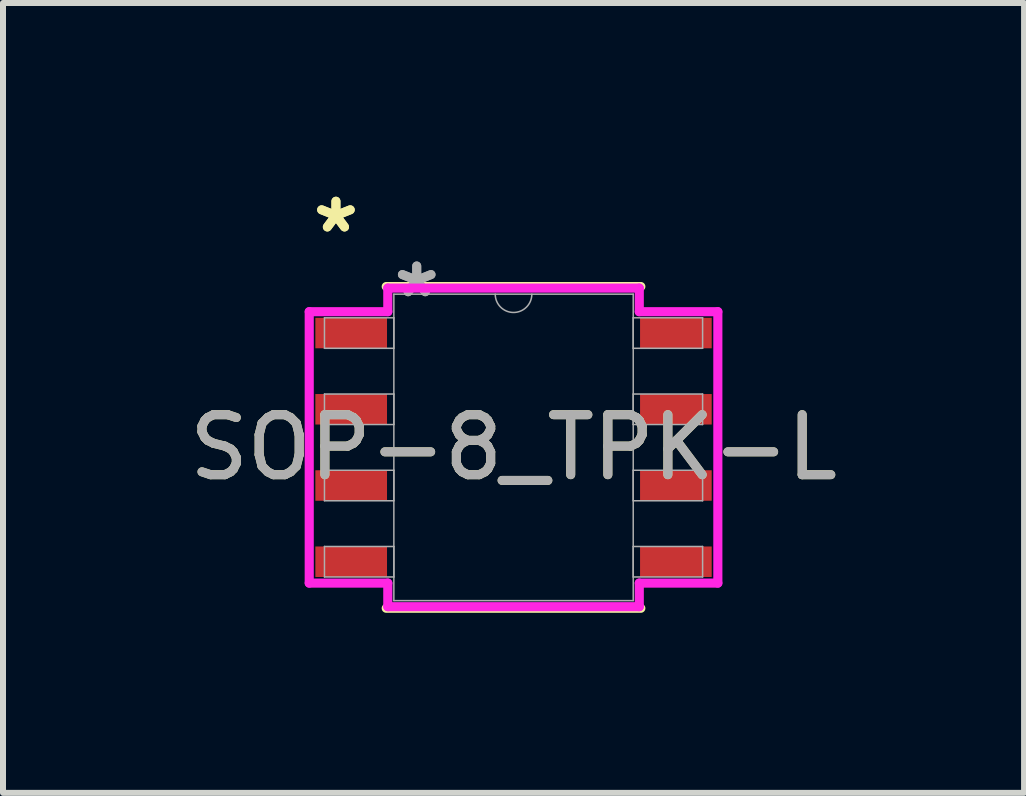
<source format=kicad_pcb>
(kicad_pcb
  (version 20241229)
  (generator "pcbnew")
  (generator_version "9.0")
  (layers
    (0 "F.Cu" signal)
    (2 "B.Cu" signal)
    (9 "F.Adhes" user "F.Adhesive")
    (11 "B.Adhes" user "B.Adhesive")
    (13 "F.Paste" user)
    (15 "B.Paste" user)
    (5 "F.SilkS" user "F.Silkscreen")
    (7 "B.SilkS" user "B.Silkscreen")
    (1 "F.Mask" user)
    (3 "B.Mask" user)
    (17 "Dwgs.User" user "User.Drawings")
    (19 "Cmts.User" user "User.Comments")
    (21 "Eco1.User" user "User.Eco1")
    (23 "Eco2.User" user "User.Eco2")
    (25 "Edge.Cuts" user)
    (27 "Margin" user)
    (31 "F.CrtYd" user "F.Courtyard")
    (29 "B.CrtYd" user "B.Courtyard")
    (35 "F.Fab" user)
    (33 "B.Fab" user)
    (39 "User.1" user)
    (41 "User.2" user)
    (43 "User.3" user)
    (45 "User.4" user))
  (footprint "SOP-8_TPK-L"
    (layer "F.Cu")
    (at 5.506 4.404)
    (property "Reference" "SOP-8_TPK-L" (at 0 0 0) (unlocked yes) (layer "F.SilkS") (effects (font (size 1 1) (thickness 0.15))))
    (attr smd)
    (fp_line (start -2.121 2.68) (end 2.121 2.68) (stroke (width 0.152) (type solid)) (layer "F.SilkS"))
    (fp_line (start 2.121 -2.68) (end -2.121 -2.68) (stroke (width 0.152) (type solid)) (layer "F.SilkS"))
    (fp_line (start -3.404 -2.261) (end -2.095 -2.261) (stroke (width 0.152) (type solid)) (layer "F.CrtYd"))
    (fp_line (start -3.404 2.261) (end -3.404 -2.261) (stroke (width 0.152) (type solid)) (layer "F.CrtYd"))
    (fp_line (start -3.404 2.261) (end -2.095 2.261) (stroke (width 0.152) (type solid)) (layer "F.CrtYd"))
    (fp_line (start -2.095 -2.654) (end 2.095 -2.654) (stroke (width 0.152) (type solid)) (layer "F.CrtYd"))
    (fp_line (start -2.095 -2.261) (end -2.095 -2.654) (stroke (width 0.152) (type solid)) (layer "F.CrtYd"))
    (fp_line (start -2.095 2.654) (end -2.095 2.261) (stroke (width 0.152) (type solid)) (layer "F.CrtYd"))
    (fp_line (start 2.095 -2.654) (end 2.095 -2.261) (stroke (width 0.152) (type solid)) (layer "F.CrtYd"))
    (fp_line (start 2.095 2.261) (end 2.095 2.654) (stroke (width 0.152) (type solid)) (layer "F.CrtYd"))
    (fp_line (start 2.095 2.654) (end -2.095 2.654) (stroke (width 0.152) (type solid)) (layer "F.CrtYd"))
    (fp_line (start 3.404 -2.261) (end 2.095 -2.261) (stroke (width 0.152) (type solid)) (layer "F.CrtYd"))
    (fp_line (start 3.404 -2.261) (end 3.404 2.261) (stroke (width 0.152) (type solid)) (layer "F.CrtYd"))
    (fp_line (start 3.404 2.261) (end 2.095 2.261) (stroke (width 0.152) (type solid)) (layer "F.CrtYd"))
    (fp_line (start -3.15 -2.159) (end -3.15 -1.651) (stroke (width 0.025) (type solid)) (layer "F.Fab"))
    (fp_line (start -3.15 -1.651) (end -1.994 -1.651) (stroke (width 0.025) (type solid)) (layer "F.Fab"))
    (fp_line (start -3.15 -0.889) (end -3.15 -0.381) (stroke (width 0.025) (type solid)) (layer "F.Fab"))
    (fp_line (start -3.15 -0.381) (end -1.994 -0.381) (stroke (width 0.025) (type solid)) (layer "F.Fab"))
    (fp_line (start -3.15 0.381) (end -3.15 0.889) (stroke (width 0.025) (type solid)) (layer "F.Fab"))
    (fp_line (start -3.15 0.889) (end -1.994 0.889) (stroke (width 0.025) (type solid)) (layer "F.Fab"))
    (fp_line (start -3.15 1.651) (end -3.15 2.159) (stroke (width 0.025) (type solid)) (layer "F.Fab"))
    (fp_line (start -3.15 2.159) (end -1.994 2.159) (stroke (width 0.025) (type solid)) (layer "F.Fab"))
    (fp_line (start -1.994 -2.553) (end -1.994 2.553) (stroke (width 0.025) (type solid)) (layer "F.Fab"))
    (fp_line (start -1.994 -2.159) (end -3.15 -2.159) (stroke (width 0.025) (type solid)) (layer "F.Fab"))
    (fp_line (start -1.994 -1.651) (end -1.994 -2.159) (stroke (width 0.025) (type solid)) (layer "F.Fab"))
    (fp_line (start -1.994 -0.889) (end -3.15 -0.889) (stroke (width 0.025) (type solid)) (layer "F.Fab"))
    (fp_line (start -1.994 -0.381) (end -1.994 -0.889) (stroke (width 0.025) (type solid)) (layer "F.Fab"))
    (fp_line (start -1.994 0.381) (end -3.15 0.381) (stroke (width 0.025) (type solid)) (layer "F.Fab"))
    (fp_line (start -1.994 0.889) (end -1.994 0.381) (stroke (width 0.025) (type solid)) (layer "F.Fab"))
    (fp_line (start -1.994 1.651) (end -3.15 1.651) (stroke (width 0.025) (type solid)) (layer "F.Fab"))
    (fp_line (start -1.994 2.159) (end -1.994 1.651) (stroke (width 0.025) (type solid)) (layer "F.Fab"))
    (fp_line (start -1.994 2.553) (end 1.994 2.553) (stroke (width 0.025) (type solid)) (layer "F.Fab"))
    (fp_line (start 1.994 -2.553) (end -1.994 -2.553) (stroke (width 0.025) (type solid)) (layer "F.Fab"))
    (fp_line (start 1.994 -2.159) (end 1.994 -1.651) (stroke (width 0.025) (type solid)) (layer "F.Fab"))
    (fp_line (start 1.994 -1.651) (end 3.15 -1.651) (stroke (width 0.025) (type solid)) (layer "F.Fab"))
    (fp_line (start 1.994 -0.889) (end 1.994 -0.381) (stroke (width 0.025) (type solid)) (layer "F.Fab"))
    (fp_line (start 1.994 -0.381) (end 3.15 -0.381) (stroke (width 0.025) (type solid)) (layer "F.Fab"))
    (fp_line (start 1.994 0.381) (end 1.994 0.889) (stroke (width 0.025) (type solid)) (layer "F.Fab"))
    (fp_line (start 1.994 0.889) (end 3.15 0.889) (stroke (width 0.025) (type solid)) (layer "F.Fab"))
    (fp_line (start 1.994 1.651) (end 1.994 2.159) (stroke (width 0.025) (type solid)) (layer "F.Fab"))
    (fp_line (start 1.994 2.159) (end 3.15 2.159) (stroke (width 0.025) (type solid)) (layer "F.Fab"))
    (fp_line (start 1.994 2.553) (end 1.994 -2.553) (stroke (width 0.025) (type solid)) (layer "F.Fab"))
    (fp_line (start 3.15 -2.159) (end 1.994 -2.159) (stroke (width 0.025) (type solid)) (layer "F.Fab"))
    (fp_line (start 3.15 -1.651) (end 3.15 -2.159) (stroke (width 0.025) (type solid)) (layer "F.Fab"))
    (fp_line (start 3.15 -0.889) (end 1.994 -0.889) (stroke (width 0.025) (type solid)) (layer "F.Fab"))
    (fp_line (start 3.15 -0.381) (end 3.15 -0.889) (stroke (width 0.025) (type solid)) (layer "F.Fab"))
    (fp_line (start 3.15 0.381) (end 1.994 0.381) (stroke (width 0.025) (type solid)) (layer "F.Fab"))
    (fp_line (start 3.15 0.889) (end 3.15 0.381) (stroke (width 0.025) (type solid)) (layer "F.Fab"))
    (fp_line (start 3.15 1.651) (end 1.994 1.651) (stroke (width 0.025) (type solid)) (layer "F.Fab"))
    (fp_line (start 3.15 2.159) (end 3.15 1.651) (stroke (width 0.025) (type solid)) (layer "F.Fab"))
    (fp_arc (start 0.3048 -2.5527) (mid 0 -2.2479) (end -0.3048 -2.5527) (stroke (width 0.0254) (type solid)) (layer "F.Fab"))
    (fp_text user "*" (at -2.959 -3.556 0) (unlocked yes) (layer "F.SilkS") (effects (font (size 1 1) (thickness 0.15))))
    (fp_text user "*" (at -2.959 -3.556 0) (layer "F.SilkS") (effects (font (size 1 1) (thickness 0.15))))
    (fp_text user "*" (at -1.613 -2.477 0) (unlocked yes) (layer "F.Fab") (effects (font (size 1 1) (thickness 0.15))))
    (fp_text user "${REFERENCE}" (at 0 0 0) (unlocked yes) (layer "F.Fab") (effects (font (size 1 1) (thickness 0.15))))
    (fp_text user "*" (at -1.613 -2.477 0) (layer "F.Fab") (effects (font (size 1 1) (thickness 0.15))))
    (pad "1" smd rect (at -2.705 -1.905) (size 1.194 0.508) (layers "F.Cu" "F.Mask" "F.Paste"))
    (pad "2" smd rect (at -2.705 -0.635) (size 1.194 0.508) (layers "F.Cu" "F.Mask" "F.Paste"))
    (pad "3" smd rect (at -2.705 0.635) (size 1.194 0.508) (layers "F.Cu" "F.Mask" "F.Paste"))
    (pad "4" smd rect (at -2.705 1.905) (size 1.194 0.508) (layers "F.Cu" "F.Mask" "F.Paste"))
    (pad "5" smd rect (at 2.705 1.905) (size 1.194 0.508) (layers "F.Cu" "F.Mask" "F.Paste"))
    (pad "6" smd rect (at 2.705 0.635) (size 1.194 0.508) (layers "F.Cu" "F.Mask" "F.Paste"))
    (pad "7" smd rect (at 2.705 -0.635) (size 1.194 0.508) (layers "F.Cu" "F.Mask" "F.Paste"))
    (pad "8" smd rect (at 2.705 -1.905) (size 1.194 0.508) (layers "F.Cu" "F.Mask" "F.Paste")))
  (gr_rect
    (start -3 -3)
    (end 14.012 10.16)
    (stroke (width 0.1) (type default))
    (fill no)
    (layer "Edge.Cuts")))
</source>
